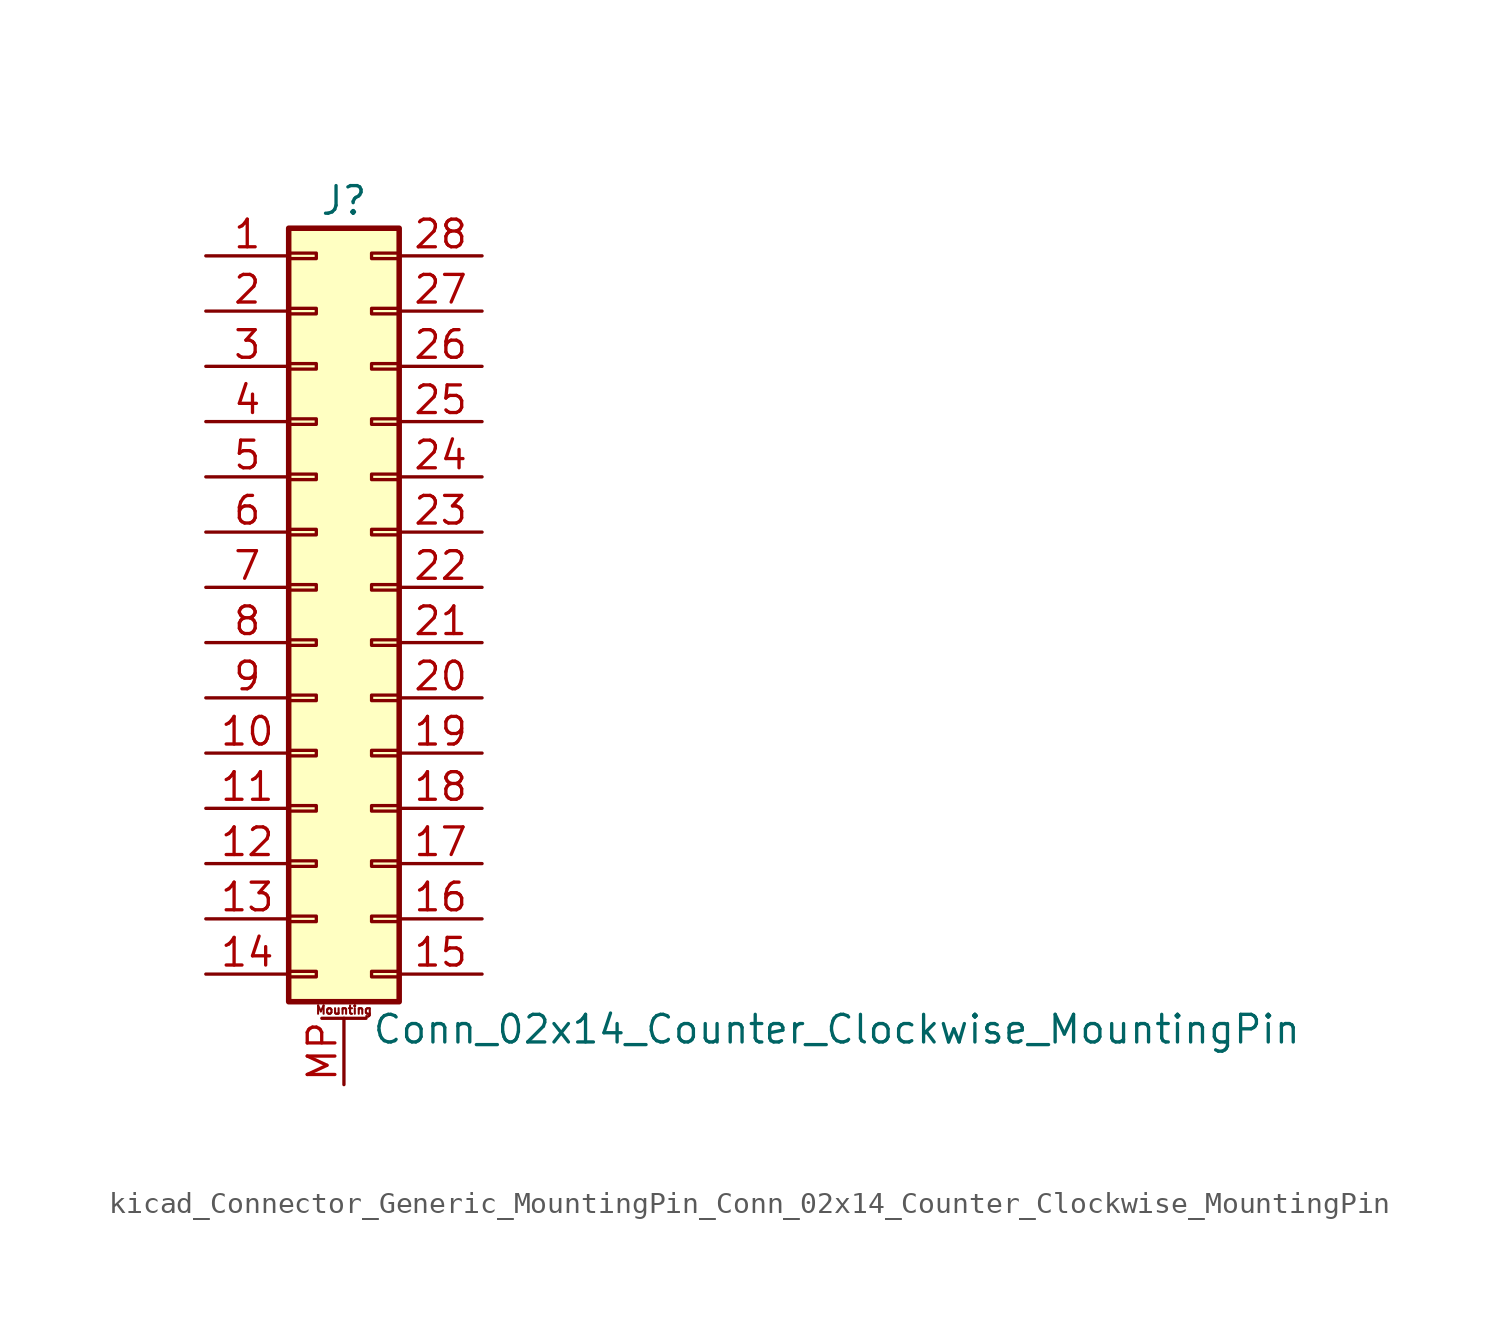
<source format=kicad_sym>
(kicad_symbol_lib
  (version 20220914)
  (generator kicad_symbol_editor)
  (symbol "kicad_Connector_Generic_MountingPin_Conn_02x14_Counter_Clockwise_MountingPin"
    (pin_names
      (offset 1.016) hide)
    (property "Reference" "J"
      (at 1.27 17.78 0)
      (effects (font (size 1.27 1.27))))
    (property "Value" "Conn_02x14_Counter_Clockwise_MountingPin"
      (at 2.54 -20.32 0)
      (effects (font (size 1.27 1.27)) (justify left)))
    (symbol "kicad_Connector_Generic_MountingPin_Conn_02x14_Counter_Clockwise_MountingPin_1_1"
      (rectangle (start -1.27 -17.653) (end 0 -17.907) (stroke (width 0.152) (type default)) (fill (type none)))
      (rectangle (start -1.27 -15.113) (end 0 -15.367) (stroke (width 0.152) (type default)) (fill (type none)))
      (rectangle (start -1.27 -12.573) (end 0 -12.827) (stroke (width 0.152) (type default)) (fill (type none)))
      (rectangle (start -1.27 -10.033) (end 0 -10.287) (stroke (width 0.152) (type default)) (fill (type none)))
      (rectangle (start -1.27 -7.493) (end 0 -7.747) (stroke (width 0.152) (type default)) (fill (type none)))
      (rectangle (start -1.27 -4.953) (end 0 -5.207) (stroke (width 0.152) (type default)) (fill (type none)))
      (rectangle (start -1.27 -2.413) (end 0 -2.667) (stroke (width 0.152) (type default)) (fill (type none)))
      (rectangle (start -1.27 0.127) (end 0 -0.127) (stroke (width 0.152) (type default)) (fill (type none)))
      (rectangle (start -1.27 2.667) (end 0 2.413) (stroke (width 0.152) (type default)) (fill (type none)))
      (rectangle (start -1.27 5.207) (end 0 4.953) (stroke (width 0.152) (type default)) (fill (type none)))
      (rectangle (start -1.27 7.747) (end 0 7.493) (stroke (width 0.152) (type default)) (fill (type none)))
      (rectangle (start -1.27 10.287) (end 0 10.033) (stroke (width 0.152) (type default)) (fill (type none)))
      (rectangle (start -1.27 12.827) (end 0 12.573) (stroke (width 0.152) (type default)) (fill (type none)))
      (rectangle (start -1.27 15.367) (end 0 15.113) (stroke (width 0.152) (type default)) (fill (type none)))
      (rectangle (start -1.27 16.51) (end 3.81 -19.05) (stroke (width 0.254) (type default)) (fill (type background)))
      (polyline (pts (xy 0.254 -19.812) (xy 2.286 -19.812)) (stroke (width 0.152) (type default)) (fill (type none)))
      (rectangle (start 3.81 -17.653) (end 2.54 -17.907) (stroke (width 0.152) (type default)) (fill (type none)))
      (rectangle (start 3.81 -15.113) (end 2.54 -15.367) (stroke (width 0.152) (type default)) (fill (type none)))
      (rectangle (start 3.81 -12.573) (end 2.54 -12.827) (stroke (width 0.152) (type default)) (fill (type none)))
      (rectangle (start 3.81 -10.033) (end 2.54 -10.287) (stroke (width 0.152) (type default)) (fill (type none)))
      (rectangle (start 3.81 -7.493) (end 2.54 -7.747) (stroke (width 0.152) (type default)) (fill (type none)))
      (rectangle (start 3.81 -4.953) (end 2.54 -5.207) (stroke (width 0.152) (type default)) (fill (type none)))
      (rectangle (start 3.81 -2.413) (end 2.54 -2.667) (stroke (width 0.152) (type default)) (fill (type none)))
      (rectangle (start 3.81 0.127) (end 2.54 -0.127) (stroke (width 0.152) (type default)) (fill (type none)))
      (rectangle (start 3.81 2.667) (end 2.54 2.413) (stroke (width 0.152) (type default)) (fill (type none)))
      (rectangle (start 3.81 5.207) (end 2.54 4.953) (stroke (width 0.152) (type default)) (fill (type none)))
      (rectangle (start 3.81 7.747) (end 2.54 7.493) (stroke (width 0.152) (type default)) (fill (type none)))
      (rectangle (start 3.81 10.287) (end 2.54 10.033) (stroke (width 0.152) (type default)) (fill (type none)))
      (rectangle (start 3.81 12.827) (end 2.54 12.573) (stroke (width 0.152) (type default)) (fill (type none)))
      (rectangle (start 3.81 15.367) (end 2.54 15.113) (stroke (width 0.152) (type default)) (fill (type none)))
      (text "Mounting" (at 1.27 -19.431 0) (effects (font (size 0.381 0.381))))
      (pin passive line (at -5.08 15.24 0) (length 3.81) (name "Pin_1" (effects (font (size 1.27 1.27)))) (number "1" (effects (font (size 1.27 1.27)))))
      (pin passive line (at -5.08 -7.62 0) (length 3.81) (name "Pin_10" (effects (font (size 1.27 1.27)))) (number "10" (effects (font (size 1.27 1.27)))))
      (pin passive line (at -5.08 -10.16 0) (length 3.81) (name "Pin_11" (effects (font (size 1.27 1.27)))) (number "11" (effects (font (size 1.27 1.27)))))
      (pin passive line (at -5.08 -12.7 0) (length 3.81) (name "Pin_12" (effects (font (size 1.27 1.27)))) (number "12" (effects (font (size 1.27 1.27)))))
      (pin passive line (at -5.08 -15.24 0) (length 3.81) (name "Pin_13" (effects (font (size 1.27 1.27)))) (number "13" (effects (font (size 1.27 1.27)))))
      (pin passive line (at -5.08 -17.78 0) (length 3.81) (name "Pin_14" (effects (font (size 1.27 1.27)))) (number "14" (effects (font (size 1.27 1.27)))))
      (pin passive line (at 7.62 -17.78 180) (length 3.81) (name "Pin_15" (effects (font (size 1.27 1.27)))) (number "15" (effects (font (size 1.27 1.27)))))
      (pin passive line (at 7.62 -15.24 180) (length 3.81) (name "Pin_16" (effects (font (size 1.27 1.27)))) (number "16" (effects (font (size 1.27 1.27)))))
      (pin passive line (at 7.62 -12.7 180) (length 3.81) (name "Pin_17" (effects (font (size 1.27 1.27)))) (number "17" (effects (font (size 1.27 1.27)))))
      (pin passive line (at 7.62 -10.16 180) (length 3.81) (name "Pin_18" (effects (font (size 1.27 1.27)))) (number "18" (effects (font (size 1.27 1.27)))))
      (pin passive line (at 7.62 -7.62 180) (length 3.81) (name "Pin_19" (effects (font (size 1.27 1.27)))) (number "19" (effects (font (size 1.27 1.27)))))
      (pin passive line (at -5.08 12.7 0) (length 3.81) (name "Pin_2" (effects (font (size 1.27 1.27)))) (number "2" (effects (font (size 1.27 1.27)))))
      (pin passive line (at 7.62 -5.08 180) (length 3.81) (name "Pin_20" (effects (font (size 1.27 1.27)))) (number "20" (effects (font (size 1.27 1.27)))))
      (pin passive line (at 7.62 -2.54 180) (length 3.81) (name "Pin_21" (effects (font (size 1.27 1.27)))) (number "21" (effects (font (size 1.27 1.27)))))
      (pin passive line (at 7.62 0 180) (length 3.81) (name "Pin_22" (effects (font (size 1.27 1.27)))) (number "22" (effects (font (size 1.27 1.27)))))
      (pin passive line (at 7.62 2.54 180) (length 3.81) (name "Pin_23" (effects (font (size 1.27 1.27)))) (number "23" (effects (font (size 1.27 1.27)))))
      (pin passive line (at 7.62 5.08 180) (length 3.81) (name "Pin_24" (effects (font (size 1.27 1.27)))) (number "24" (effects (font (size 1.27 1.27)))))
      (pin passive line (at 7.62 7.62 180) (length 3.81) (name "Pin_25" (effects (font (size 1.27 1.27)))) (number "25" (effects (font (size 1.27 1.27)))))
      (pin passive line (at 7.62 10.16 180) (length 3.81) (name "Pin_26" (effects (font (size 1.27 1.27)))) (number "26" (effects (font (size 1.27 1.27)))))
      (pin passive line (at 7.62 12.7 180) (length 3.81) (name "Pin_27" (effects (font (size 1.27 1.27)))) (number "27" (effects (font (size 1.27 1.27)))))
      (pin passive line (at 7.62 15.24 180) (length 3.81) (name "Pin_28" (effects (font (size 1.27 1.27)))) (number "28" (effects (font (size 1.27 1.27)))))
      (pin passive line (at -5.08 10.16 0) (length 3.81) (name "Pin_3" (effects (font (size 1.27 1.27)))) (number "3" (effects (font (size 1.27 1.27)))))
      (pin passive line (at -5.08 7.62 0) (length 3.81) (name "Pin_4" (effects (font (size 1.27 1.27)))) (number "4" (effects (font (size 1.27 1.27)))))
      (pin passive line (at -5.08 5.08 0) (length 3.81) (name "Pin_5" (effects (font (size 1.27 1.27)))) (number "5" (effects (font (size 1.27 1.27)))))
      (pin passive line (at -5.08 2.54 0) (length 3.81) (name "Pin_6" (effects (font (size 1.27 1.27)))) (number "6" (effects (font (size 1.27 1.27)))))
      (pin passive line (at -5.08 0 0) (length 3.81) (name "Pin_7" (effects (font (size 1.27 1.27)))) (number "7" (effects (font (size 1.27 1.27)))))
      (pin passive line (at -5.08 -2.54 0) (length 3.81) (name "Pin_8" (effects (font (size 1.27 1.27)))) (number "8" (effects (font (size 1.27 1.27)))))
      (pin passive line (at -5.08 -5.08 0) (length 3.81) (name "Pin_9" (effects (font (size 1.27 1.27)))) (number "9" (effects (font (size 1.27 1.27)))))
      (pin passive line (at 1.27 -22.86 90) (length 3.048) (name "MountPin" (effects (font (size 1.27 1.27)))) (number "MP" (effects (font (size 1.27 1.27))))))))
</source>
